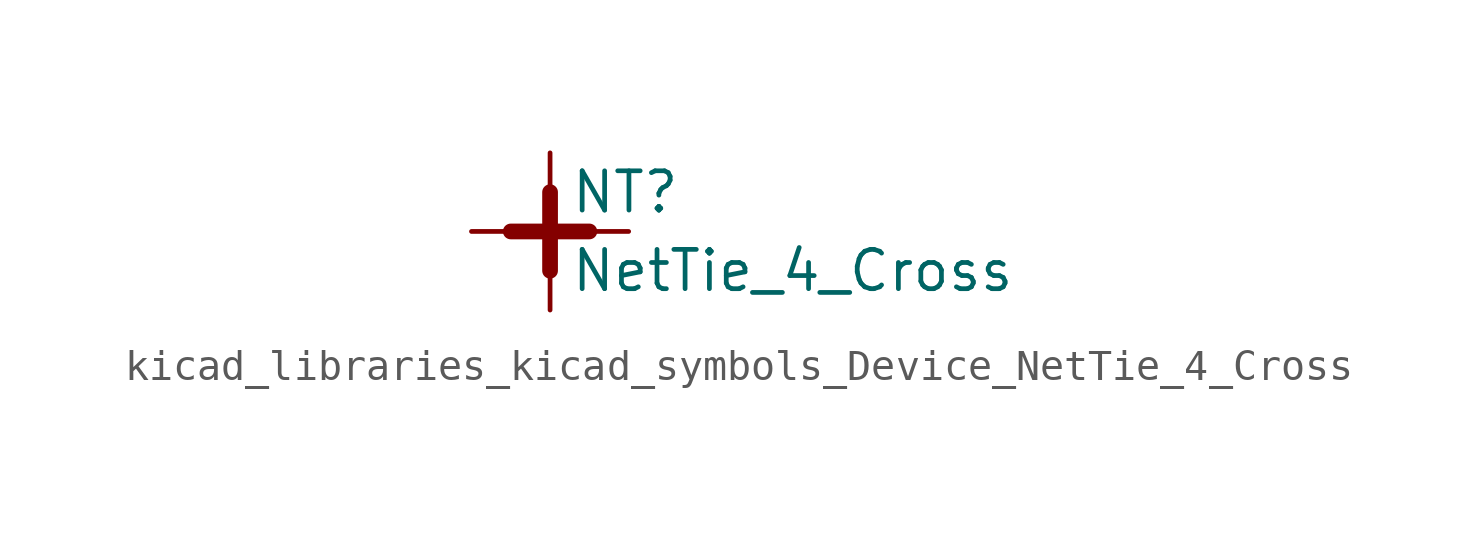
<source format=kicad_sym>
(kicad_symbol_lib
  (version 20220914)
  (generator kicad_symbol_editor)
  (symbol "kicad_libraries_kicad_symbols_Device_NetTie_4_Cross"
    (pin_numbers hide)
    (pin_names
      (offset 0) hide)
    (property "Reference" "NT"
      (at 0.635 1.27 0)
      (effects (font (size 1.27 1.27)) (justify left)))
    (property "Value" "NetTie_4_Cross"
      (at 0.635 -1.27 0)
      (effects (font (size 1.27 1.27)) (justify left)))
    (symbol "kicad_libraries_kicad_symbols_Device_NetTie_4_Cross_0_1"
      (polyline (pts (xy -1.27 0) (xy 1.27 0)) (stroke (width 0.508) (type default)) (fill (type none)))
      (polyline (pts (xy 0 -1.27) (xy 0 1.27)) (stroke (width 0.508) (type default)) (fill (type none))))
    (symbol "kicad_libraries_kicad_symbols_Device_NetTie_4_Cross_1_1"
      (pin passive line (at -2.54 0 0) (length 2.54) (name "1" (effects (font (size 1.27 1.27)))) (number "1" (effects (font (size 1.27 1.27)))))
      (pin passive line (at 2.54 0 180) (length 2.54) (name "2" (effects (font (size 1.27 1.27)))) (number "2" (effects (font (size 1.27 1.27)))))
      (pin passive line (at 0 2.54 270) (length 2.54) (name "3" (effects (font (size 1.27 1.27)))) (number "3" (effects (font (size 1.27 1.27)))))
      (pin passive line (at 0 -2.54 90) (length 2.54) (name "4" (effects (font (size 1.27 1.27)))) (number "4" (effects (font (size 1.27 1.27))))))))
</source>
